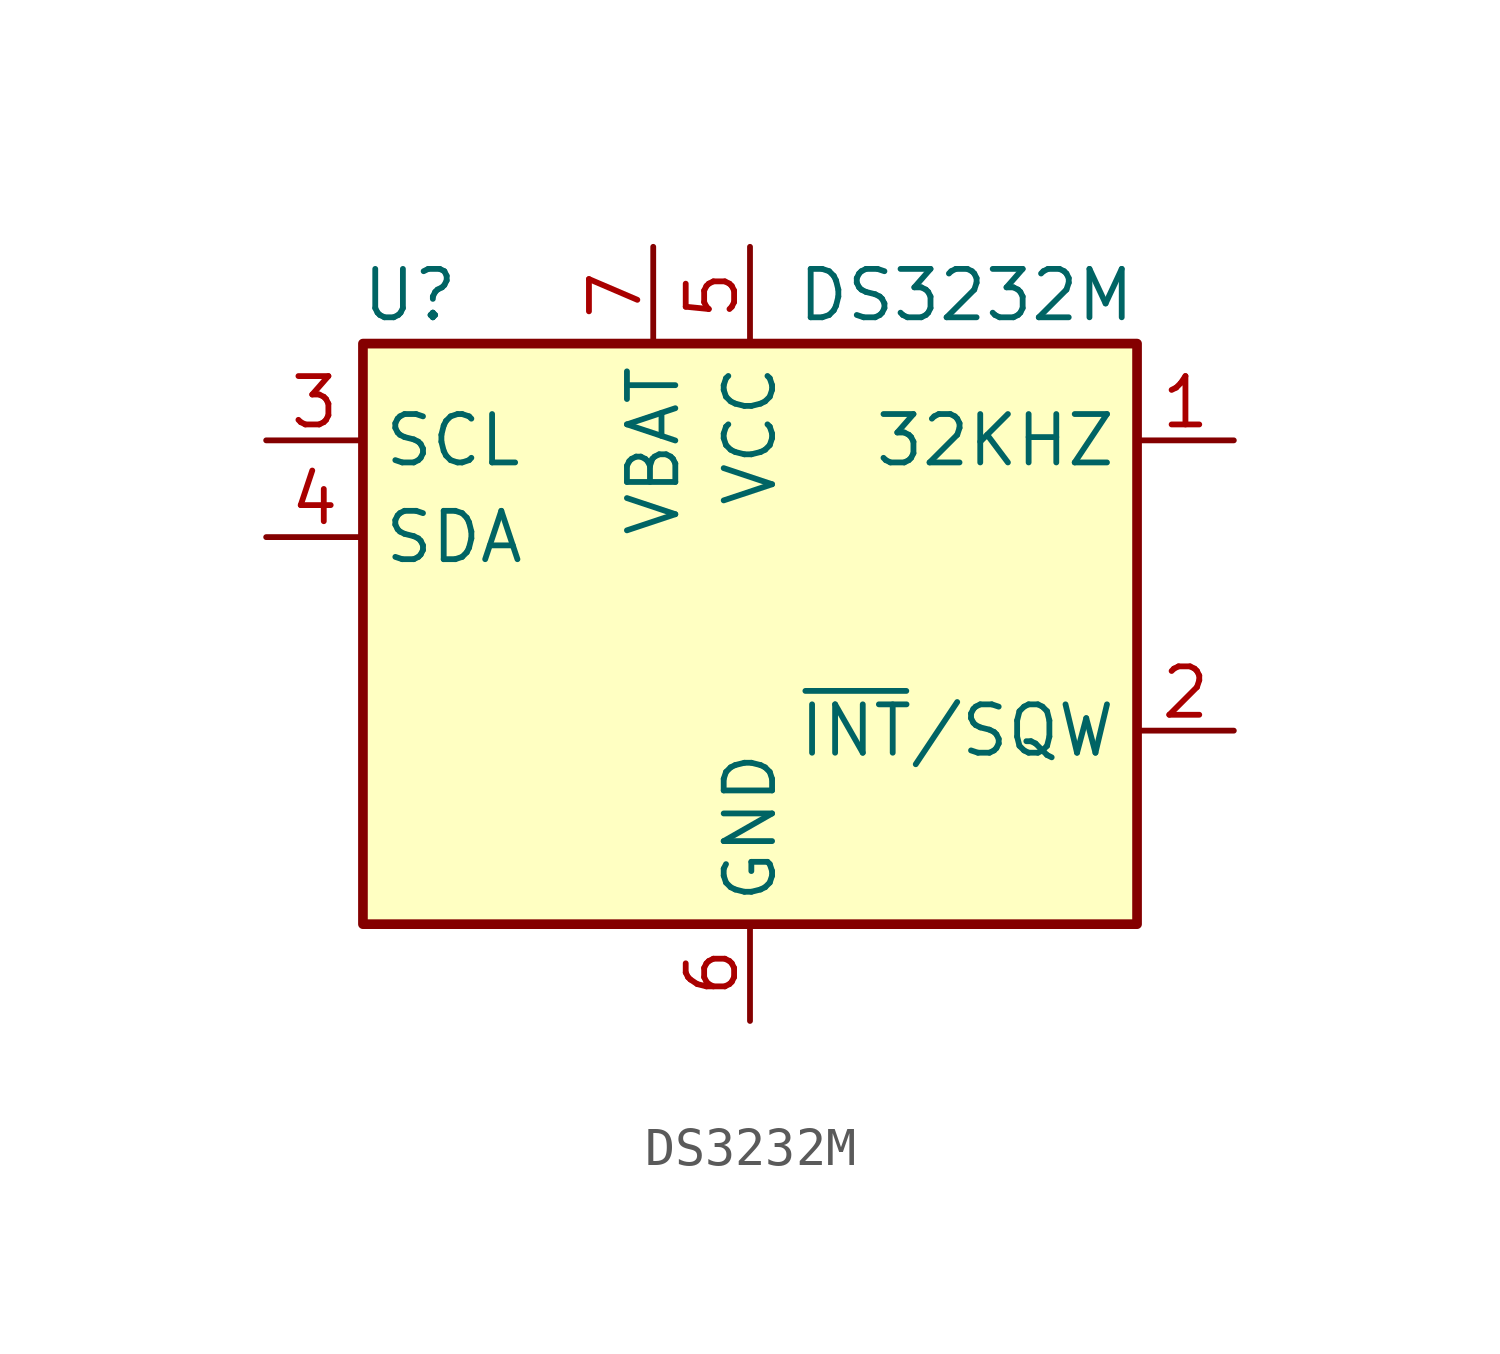
<source format=kicad_sym>
(kicad_symbol_lib
  (version 20220914)
  (generator kicad_symbol_editor)
  (symbol "DS3232M"
    (property "Reference" "U"
      (at -7.62 8.89 0)
      (effects (font (size 1.27 1.27)) (justify right)))
    (property "Value" "DS3232M"
      (at 10.16 8.89 0)
      (effects (font (size 1.27 1.27)) (justify right)))
    (symbol "DS3232M_0_1"
      (rectangle (start -10.16 7.62) (end 10.16 -7.62) (stroke (width 0.254) (type default)) (fill (type background))))
    (symbol "DS3232M_1_1"
      (pin output line (at 12.7 5.08 180) (length 2.54) (name "32KHZ" (effects (font (size 1.27 1.27)))) (number "1" (effects (font (size 1.27 1.27)))))
      (pin open_collector line (at 12.7 -2.54 180) (length 2.54) (name "~{INT}/SQW" (effects (font (size 1.27 1.27)))) (number "2" (effects (font (size 1.27 1.27)))))
      (pin input line (at -12.7 5.08 0) (length 2.54) (name "SCL" (effects (font (size 1.27 1.27)))) (number "3" (effects (font (size 1.27 1.27)))))
      (pin bidirectional line (at -12.7 2.54 0) (length 2.54) (name "SDA" (effects (font (size 1.27 1.27)))) (number "4" (effects (font (size 1.27 1.27)))))
      (pin power_in line (at 0 10.16 270) (length 2.54) (name "VCC" (effects (font (size 1.27 1.27)))) (number "5" (effects (font (size 1.27 1.27)))))
      (pin power_in line (at 0 -10.16 90) (length 2.54) (name "GND" (effects (font (size 1.27 1.27)))) (number "6" (effects (font (size 1.27 1.27)))))
      (pin power_in line (at -2.54 10.16 270) (length 2.54) (name "VBAT" (effects (font (size 1.27 1.27)))) (number "7" (effects (font (size 1.27 1.27))))))))
</source>
